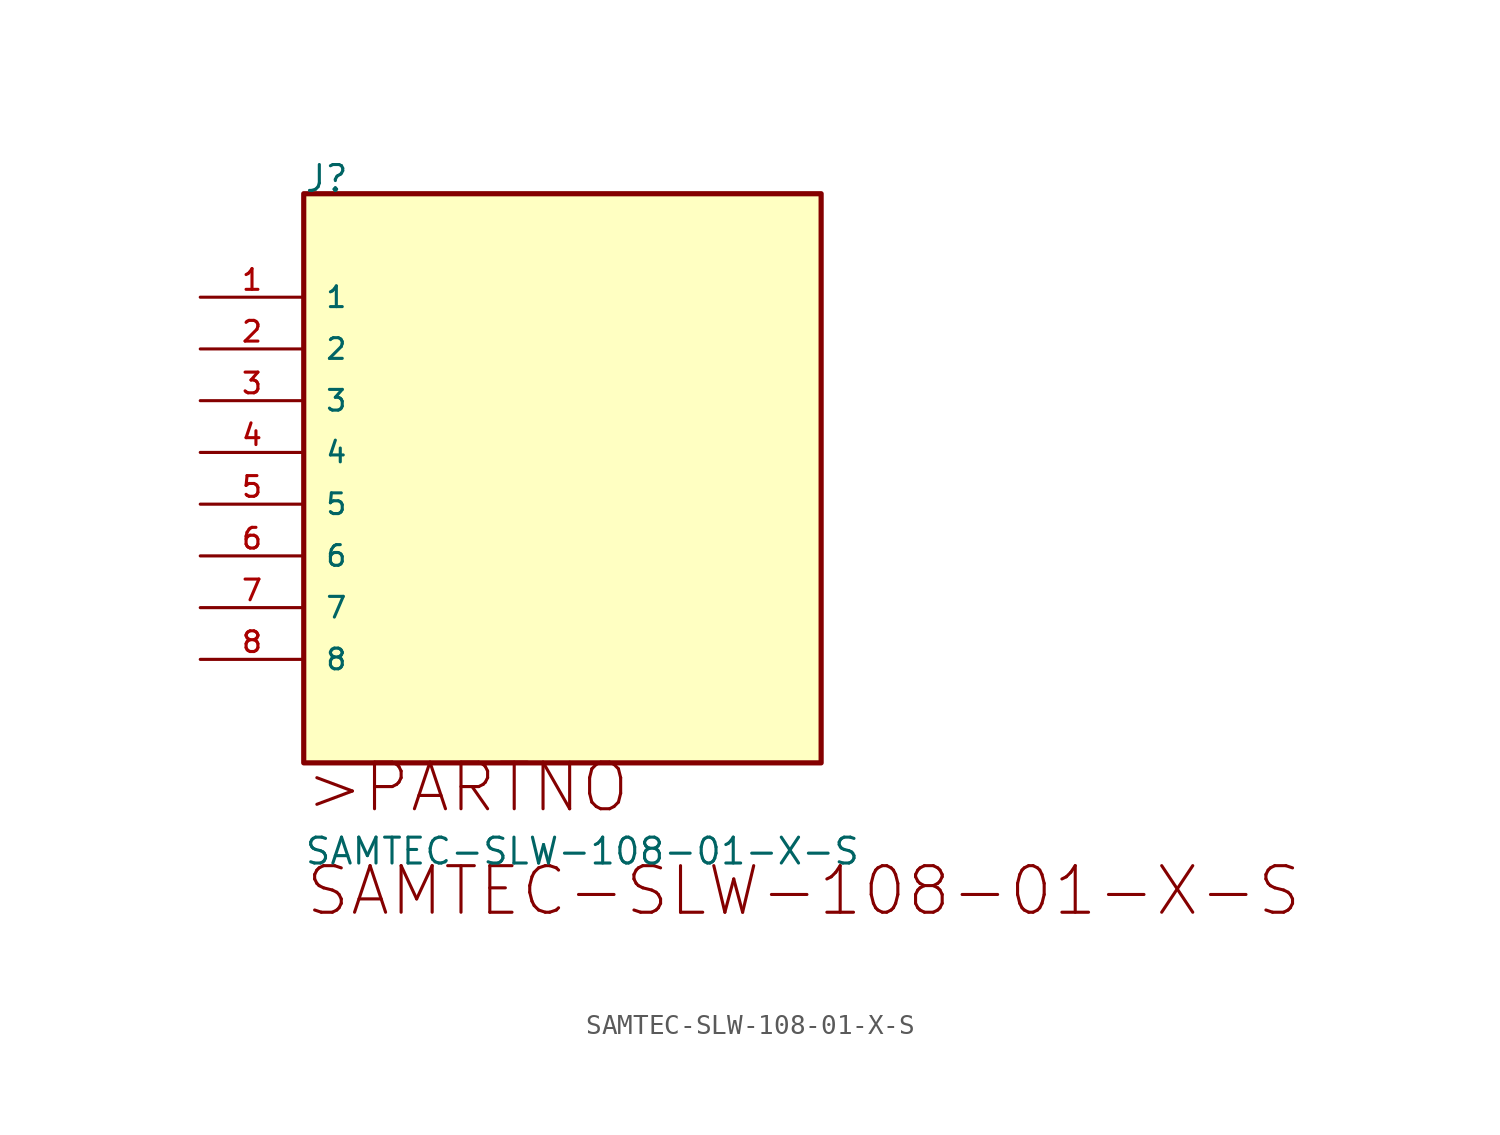
<source format=kicad_sym>
(kicad_symbol_lib
  (version 20211014)
  (generator kicad_symbol_editor)
  (symbol "SAMTEC-SLW-108-01-X-S"
    (pin_names
      (offset 1.016))
    (property "Reference" "J"
      (at 0.0 5.08 0)
      (effects (font (size 1.27 1.27)) (justify bottom left)))
    (property "Value" "SAMTEC-SLW-108-01-X-S"
      (at 0.0 -27.94 0)
      (effects (font (size 1.27 1.27)) (justify bottom left)))
    (symbol "SAMTEC-SLW-108-01-X-S_0_0"
      (text ">PARTNO" (at 0.0 -25.4 0) (effects (font (size 2.286 2.286)) (justify bottom left)))
      (text "SAMTEC-SLW-108-01-X-S" (at 0.0 -30.48 0) (effects (font (size 2.286 2.286)) (justify bottom left)))
      (rectangle (start 0.0 -22.86) (end 25.4 5.08) (stroke (width 0.254)) (fill (type background)))
      (pin bidirectional line (at -5.08 -0.0 0) (length 5.08) (name "1" (effects (font (size 1.016 1.016)))) (number "1" (effects (font (size 1.016 1.016)))))
      (pin bidirectional line (at -5.08 -2.54 0) (length 5.08) (name "2" (effects (font (size 1.016 1.016)))) (number "2" (effects (font (size 1.016 1.016)))))
      (pin bidirectional line (at -5.08 -5.08 0) (length 5.08) (name "3" (effects (font (size 1.016 1.016)))) (number "3" (effects (font (size 1.016 1.016)))))
      (pin bidirectional line (at -5.08 -7.62 0) (length 5.08) (name "4" (effects (font (size 1.016 1.016)))) (number "4" (effects (font (size 1.016 1.016)))))
      (pin bidirectional line (at -5.08 -10.16 0) (length 5.08) (name "5" (effects (font (size 1.016 1.016)))) (number "5" (effects (font (size 1.016 1.016)))))
      (pin bidirectional line (at -5.08 -12.7 0) (length 5.08) (name "6" (effects (font (size 1.016 1.016)))) (number "6" (effects (font (size 1.016 1.016)))))
      (pin bidirectional line (at -5.08 -15.24 0) (length 5.08) (name "7" (effects (font (size 1.016 1.016)))) (number "7" (effects (font (size 1.016 1.016)))))
      (pin bidirectional line (at -5.08 -17.78 0) (length 5.08) (name "8" (effects (font (size 1.016 1.016)))) (number "8" (effects (font (size 1.016 1.016))))))))
</source>
